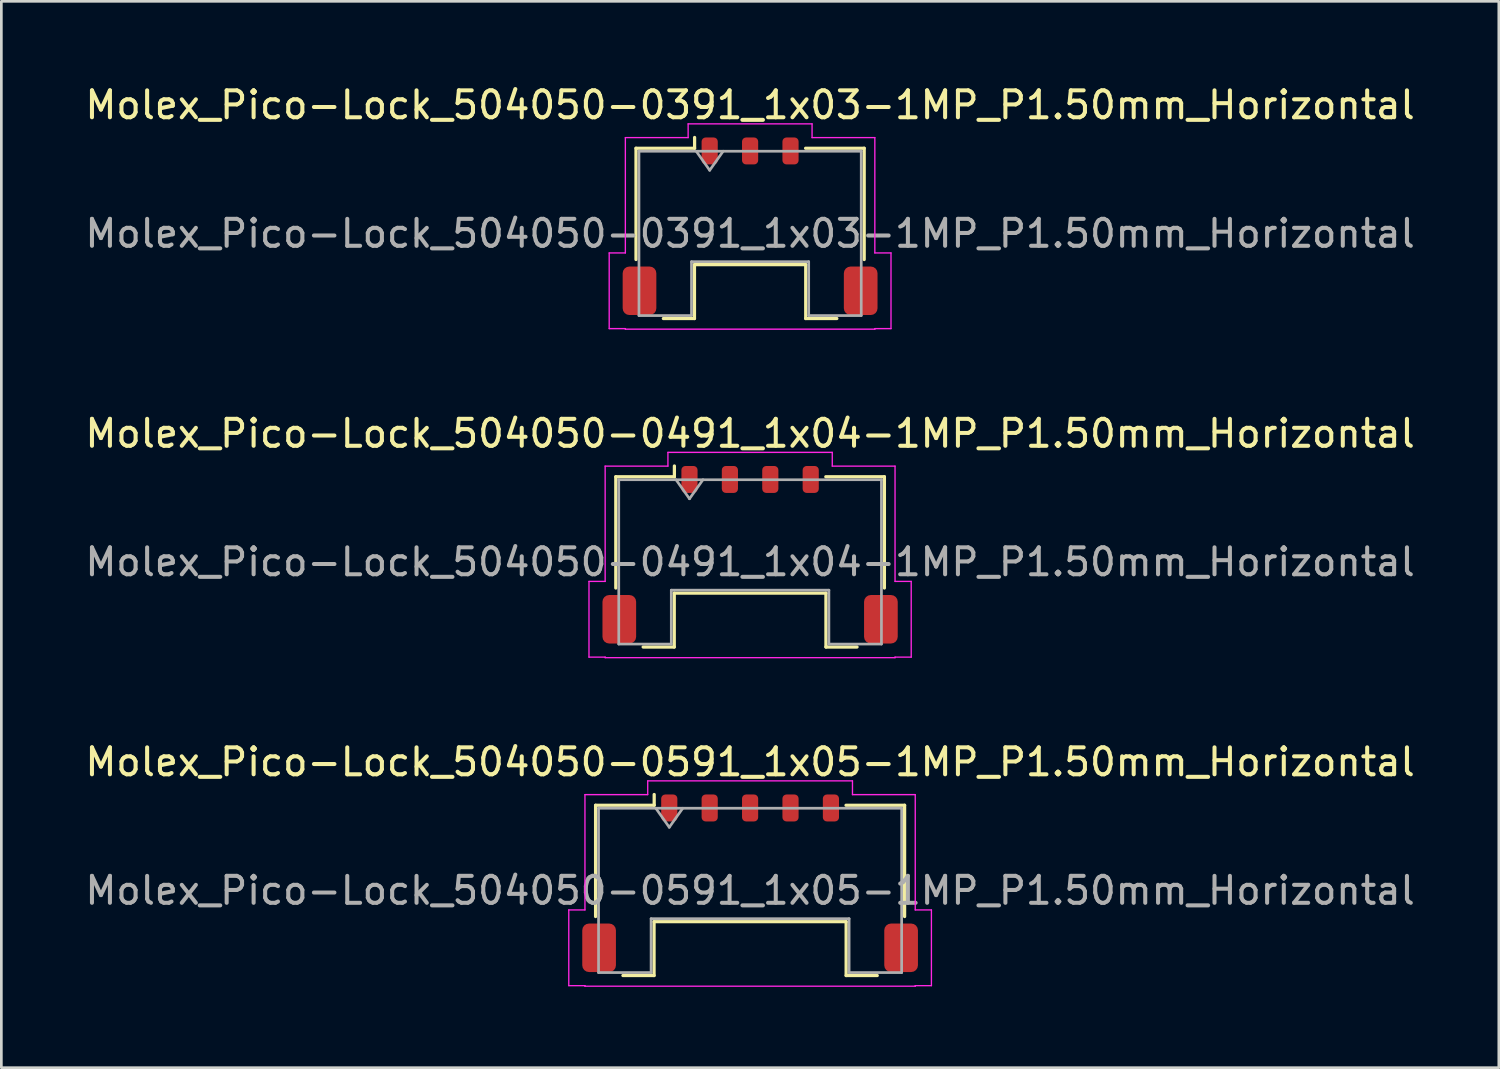
<source format=kicad_pcb>
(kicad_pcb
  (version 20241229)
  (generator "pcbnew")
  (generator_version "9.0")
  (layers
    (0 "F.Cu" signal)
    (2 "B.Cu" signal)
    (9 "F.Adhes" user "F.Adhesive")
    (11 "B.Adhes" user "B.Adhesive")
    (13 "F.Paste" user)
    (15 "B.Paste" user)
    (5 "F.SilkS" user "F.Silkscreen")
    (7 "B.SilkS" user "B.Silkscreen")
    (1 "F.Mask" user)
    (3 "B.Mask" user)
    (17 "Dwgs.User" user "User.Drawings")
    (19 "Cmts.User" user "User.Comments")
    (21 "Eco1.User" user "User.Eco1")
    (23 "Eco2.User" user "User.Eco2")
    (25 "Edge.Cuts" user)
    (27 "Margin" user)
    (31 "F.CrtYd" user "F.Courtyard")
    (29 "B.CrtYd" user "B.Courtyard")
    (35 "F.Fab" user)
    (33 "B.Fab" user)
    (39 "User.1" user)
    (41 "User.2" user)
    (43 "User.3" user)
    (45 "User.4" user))
  (footprint "Molex_Pico-Lock_504050-0391_1x03-1MP_P1.50mm_Horizontal"
    (layer "F.Cu")
    (at 24.792 5.348)
    (property "Reference" "Molex_Pico-Lock_504050-0391_1x03-1MP_P1.50mm_Horizontal" (at 0 -4.5 0) (layer "F.SilkS") (effects (font (size 1 1) (thickness 0.15))))
    (attr smd)
    (fp_line (start -4.235 -2.895) (end -2.06 -2.895) (stroke (width 0.12) (type solid)) (layer "F.SilkS"))
    (fp_line (start -4.235 1.235) (end -4.235 -2.895) (stroke (width 0.12) (type solid)) (layer "F.SilkS"))
    (fp_line (start -3.22 3.425) (end -2.065 3.425) (stroke (width 0.12) (type solid)) (layer "F.SilkS"))
    (fp_line (start -2.065 1.425) (end 2.065 1.425) (stroke (width 0.12) (type solid)) (layer "F.SilkS"))
    (fp_line (start -2.065 3.425) (end -2.065 1.425) (stroke (width 0.12) (type solid)) (layer "F.SilkS"))
    (fp_line (start -2.06 -2.895) (end -2.06 -3.295) (stroke (width 0.12) (type solid)) (layer "F.SilkS"))
    (fp_line (start 2.065 1.425) (end 2.065 3.425) (stroke (width 0.12) (type solid)) (layer "F.SilkS"))
    (fp_line (start 2.065 3.425) (end 3.22 3.425) (stroke (width 0.12) (type solid)) (layer "F.SilkS"))
    (fp_line (start 4.235 -2.895) (end 2.06 -2.895) (stroke (width 0.12) (type solid)) (layer "F.SilkS"))
    (fp_line (start 4.235 1.235) (end 4.235 -2.895) (stroke (width 0.12) (type solid)) (layer "F.SilkS"))
    (fp_line (start -5.23 0.99) (end -4.63 0.99) (stroke (width 0.05) (type solid)) (layer "F.CrtYd"))
    (fp_line (start -5.23 3.8) (end -5.23 0.99) (stroke (width 0.05) (type solid)) (layer "F.CrtYd"))
    (fp_line (start -4.63 -3.29) (end -2.3 -3.29) (stroke (width 0.05) (type solid)) (layer "F.CrtYd"))
    (fp_line (start -4.63 0.99) (end -4.63 -3.29) (stroke (width 0.05) (type solid)) (layer "F.CrtYd"))
    (fp_line (start -4.63 3.8) (end -5.23 3.8) (stroke (width 0.05) (type solid)) (layer "F.CrtYd"))
    (fp_line (start -4.63 3.82) (end -4.63 3.8) (stroke (width 0.05) (type solid)) (layer "F.CrtYd"))
    (fp_line (start -2.3 -3.8) (end 2.3 -3.8) (stroke (width 0.05) (type solid)) (layer "F.CrtYd"))
    (fp_line (start -2.3 -3.29) (end -2.3 -3.8) (stroke (width 0.05) (type solid)) (layer "F.CrtYd"))
    (fp_line (start 2.3 -3.8) (end 2.3 -3.29) (stroke (width 0.05) (type solid)) (layer "F.CrtYd"))
    (fp_line (start 2.3 -3.29) (end 4.63 -3.29) (stroke (width 0.05) (type solid)) (layer "F.CrtYd"))
    (fp_line (start 4.63 -3.29) (end 4.63 0.99) (stroke (width 0.05) (type solid)) (layer "F.CrtYd"))
    (fp_line (start 4.63 0.99) (end 5.23 0.99) (stroke (width 0.05) (type solid)) (layer "F.CrtYd"))
    (fp_line (start 4.63 3.8) (end 4.63 3.82) (stroke (width 0.05) (type solid)) (layer "F.CrtYd"))
    (fp_line (start 4.63 3.82) (end -4.63 3.82) (stroke (width 0.05) (type solid)) (layer "F.CrtYd"))
    (fp_line (start 5.23 0.99) (end 5.23 3.8) (stroke (width 0.05) (type solid)) (layer "F.CrtYd"))
    (fp_line (start 5.23 3.8) (end 4.63 3.8) (stroke (width 0.05) (type solid)) (layer "F.CrtYd"))
    (fp_line (start -4.125 -2.785) (end -4.125 3.315) (stroke (width 0.1) (type solid)) (layer "F.Fab"))
    (fp_line (start -4.125 -2.785) (end 4.125 -2.785) (stroke (width 0.1) (type solid)) (layer "F.Fab"))
    (fp_line (start -4.125 3.315) (end -2.175 3.315) (stroke (width 0.1) (type solid)) (layer "F.Fab"))
    (fp_line (start -2.175 1.315) (end 2.175 1.315) (stroke (width 0.1) (type solid)) (layer "F.Fab"))
    (fp_line (start -2.175 3.315) (end -2.175 1.315) (stroke (width 0.1) (type solid)) (layer "F.Fab"))
    (fp_line (start -2 -2.785) (end -1.5 -2.078) (stroke (width 0.1) (type solid)) (layer "F.Fab"))
    (fp_line (start -1.5 -2.078) (end -1 -2.785) (stroke (width 0.1) (type solid)) (layer "F.Fab"))
    (fp_line (start 2.175 1.315) (end 2.175 3.315) (stroke (width 0.1) (type solid)) (layer "F.Fab"))
    (fp_line (start 2.175 3.315) (end 4.125 3.315) (stroke (width 0.1) (type solid)) (layer "F.Fab"))
    (fp_line (start 4.125 -2.785) (end 4.125 3.315) (stroke (width 0.1) (type solid)) (layer "F.Fab"))
    (fp_text user "${REFERENCE}" (at 0 0.27 0) (layer "F.Fab") (effects (font (size 1 1) (thickness 0.15))))
    (pad "1" smd roundrect (at -1.5 -2.795) (size 0.6 1) (layers "F.Cu" "F.Mask" "F.Paste") (roundrect_rratio 0.25))
    (pad "2" smd roundrect (at 0 -2.795) (size 0.6 1) (layers "F.Cu" "F.Mask" "F.Paste") (roundrect_rratio 0.25))
    (pad "3" smd roundrect (at 1.5 -2.795) (size 0.6 1) (layers "F.Cu" "F.Mask" "F.Paste") (roundrect_rratio 0.25))
    (pad "MP" smd roundrect (at -4.105 2.395) (size 1.25 1.8) (layers "F.Cu" "F.Mask" "F.Paste") (roundrect_rratio 0.2))
    (pad "MP" smd roundrect (at 4.105 2.395) (size 1.25 1.8) (layers "F.Cu" "F.Mask" "F.Paste") (roundrect_rratio 0.2)))
  (footprint "Molex_Pico-Lock_504050-0491_1x04-1MP_P1.50mm_Horizontal"
    (layer "F.Cu")
    (at 24.792 17.541)
    (property "Reference" "Molex_Pico-Lock_504050-0491_1x04-1MP_P1.50mm_Horizontal" (at 0 -4.5 0) (layer "F.SilkS") (effects (font (size 1 1) (thickness 0.15))))
    (attr smd)
    (fp_line (start -4.985 -2.895) (end -2.81 -2.895) (stroke (width 0.12) (type solid)) (layer "F.SilkS"))
    (fp_line (start -4.985 1.235) (end -4.985 -2.895) (stroke (width 0.12) (type solid)) (layer "F.SilkS"))
    (fp_line (start -3.97 3.425) (end -2.815 3.425) (stroke (width 0.12) (type solid)) (layer "F.SilkS"))
    (fp_line (start -2.815 1.425) (end 2.815 1.425) (stroke (width 0.12) (type solid)) (layer "F.SilkS"))
    (fp_line (start -2.815 3.425) (end -2.815 1.425) (stroke (width 0.12) (type solid)) (layer "F.SilkS"))
    (fp_line (start -2.81 -2.895) (end -2.81 -3.295) (stroke (width 0.12) (type solid)) (layer "F.SilkS"))
    (fp_line (start 2.815 1.425) (end 2.815 3.425) (stroke (width 0.12) (type solid)) (layer "F.SilkS"))
    (fp_line (start 2.815 3.425) (end 3.97 3.425) (stroke (width 0.12) (type solid)) (layer "F.SilkS"))
    (fp_line (start 4.985 -2.895) (end 2.81 -2.895) (stroke (width 0.12) (type solid)) (layer "F.SilkS"))
    (fp_line (start 4.985 1.235) (end 4.985 -2.895) (stroke (width 0.12) (type solid)) (layer "F.SilkS"))
    (fp_line (start -5.98 0.99) (end -5.38 0.99) (stroke (width 0.05) (type solid)) (layer "F.CrtYd"))
    (fp_line (start -5.98 3.8) (end -5.98 0.99) (stroke (width 0.05) (type solid)) (layer "F.CrtYd"))
    (fp_line (start -5.38 -3.29) (end -3.05 -3.29) (stroke (width 0.05) (type solid)) (layer "F.CrtYd"))
    (fp_line (start -5.38 0.99) (end -5.38 -3.29) (stroke (width 0.05) (type solid)) (layer "F.CrtYd"))
    (fp_line (start -5.38 3.8) (end -5.98 3.8) (stroke (width 0.05) (type solid)) (layer "F.CrtYd"))
    (fp_line (start -5.38 3.82) (end -5.38 3.8) (stroke (width 0.05) (type solid)) (layer "F.CrtYd"))
    (fp_line (start -3.05 -3.8) (end 3.05 -3.8) (stroke (width 0.05) (type solid)) (layer "F.CrtYd"))
    (fp_line (start -3.05 -3.29) (end -3.05 -3.8) (stroke (width 0.05) (type solid)) (layer "F.CrtYd"))
    (fp_line (start 3.05 -3.8) (end 3.05 -3.29) (stroke (width 0.05) (type solid)) (layer "F.CrtYd"))
    (fp_line (start 3.05 -3.29) (end 5.38 -3.29) (stroke (width 0.05) (type solid)) (layer "F.CrtYd"))
    (fp_line (start 5.38 -3.29) (end 5.38 0.99) (stroke (width 0.05) (type solid)) (layer "F.CrtYd"))
    (fp_line (start 5.38 0.99) (end 5.98 0.99) (stroke (width 0.05) (type solid)) (layer "F.CrtYd"))
    (fp_line (start 5.38 3.8) (end 5.38 3.82) (stroke (width 0.05) (type solid)) (layer "F.CrtYd"))
    (fp_line (start 5.38 3.82) (end -5.38 3.82) (stroke (width 0.05) (type solid)) (layer "F.CrtYd"))
    (fp_line (start 5.98 0.99) (end 5.98 3.8) (stroke (width 0.05) (type solid)) (layer "F.CrtYd"))
    (fp_line (start 5.98 3.8) (end 5.38 3.8) (stroke (width 0.05) (type solid)) (layer "F.CrtYd"))
    (fp_line (start -4.875 -2.785) (end -4.875 3.315) (stroke (width 0.1) (type solid)) (layer "F.Fab"))
    (fp_line (start -4.875 -2.785) (end 4.875 -2.785) (stroke (width 0.1) (type solid)) (layer "F.Fab"))
    (fp_line (start -4.875 3.315) (end -2.925 3.315) (stroke (width 0.1) (type solid)) (layer "F.Fab"))
    (fp_line (start -2.925 1.315) (end 2.925 1.315) (stroke (width 0.1) (type solid)) (layer "F.Fab"))
    (fp_line (start -2.925 3.315) (end -2.925 1.315) (stroke (width 0.1) (type solid)) (layer "F.Fab"))
    (fp_line (start -2.75 -2.785) (end -2.25 -2.078) (stroke (width 0.1) (type solid)) (layer "F.Fab"))
    (fp_line (start -2.25 -2.078) (end -1.75 -2.785) (stroke (width 0.1) (type solid)) (layer "F.Fab"))
    (fp_line (start 2.925 1.315) (end 2.925 3.315) (stroke (width 0.1) (type solid)) (layer "F.Fab"))
    (fp_line (start 2.925 3.315) (end 4.875 3.315) (stroke (width 0.1) (type solid)) (layer "F.Fab"))
    (fp_line (start 4.875 -2.785) (end 4.875 3.315) (stroke (width 0.1) (type solid)) (layer "F.Fab"))
    (fp_text user "${REFERENCE}" (at 0 0.27 0) (layer "F.Fab") (effects (font (size 1 1) (thickness 0.15))))
    (pad "1" smd roundrect (at -2.25 -2.795) (size 0.6 1) (layers "F.Cu" "F.Mask" "F.Paste") (roundrect_rratio 0.25))
    (pad "2" smd roundrect (at -0.75 -2.795) (size 0.6 1) (layers "F.Cu" "F.Mask" "F.Paste") (roundrect_rratio 0.25))
    (pad "3" smd roundrect (at 0.75 -2.795) (size 0.6 1) (layers "F.Cu" "F.Mask" "F.Paste") (roundrect_rratio 0.25))
    (pad "4" smd roundrect (at 2.25 -2.795) (size 0.6 1) (layers "F.Cu" "F.Mask" "F.Paste") (roundrect_rratio 0.25))
    (pad "MP" smd roundrect (at -4.855 2.395) (size 1.25 1.8) (layers "F.Cu" "F.Mask" "F.Paste") (roundrect_rratio 0.2))
    (pad "MP" smd roundrect (at 4.855 2.395) (size 1.25 1.8) (layers "F.Cu" "F.Mask" "F.Paste") (roundrect_rratio 0.2)))
  (footprint "Molex_Pico-Lock_504050-0591_1x05-1MP_P1.50mm_Horizontal"
    (layer "F.Cu")
    (at 24.792 29.735)
    (property "Reference" "Molex_Pico-Lock_504050-0591_1x05-1MP_P1.50mm_Horizontal" (at 0 -4.5 0) (layer "F.SilkS") (effects (font (size 1 1) (thickness 0.15))))
    (attr smd)
    (fp_line (start -5.735 -2.895) (end -3.56 -2.895) (stroke (width 0.12) (type solid)) (layer "F.SilkS"))
    (fp_line (start -5.735 1.235) (end -5.735 -2.895) (stroke (width 0.12) (type solid)) (layer "F.SilkS"))
    (fp_line (start -4.72 3.425) (end -3.565 3.425) (stroke (width 0.12) (type solid)) (layer "F.SilkS"))
    (fp_line (start -3.565 1.425) (end 3.565 1.425) (stroke (width 0.12) (type solid)) (layer "F.SilkS"))
    (fp_line (start -3.565 3.425) (end -3.565 1.425) (stroke (width 0.12) (type solid)) (layer "F.SilkS"))
    (fp_line (start -3.56 -2.895) (end -3.56 -3.295) (stroke (width 0.12) (type solid)) (layer "F.SilkS"))
    (fp_line (start 3.565 1.425) (end 3.565 3.425) (stroke (width 0.12) (type solid)) (layer "F.SilkS"))
    (fp_line (start 3.565 3.425) (end 4.72 3.425) (stroke (width 0.12) (type solid)) (layer "F.SilkS"))
    (fp_line (start 5.735 -2.895) (end 3.56 -2.895) (stroke (width 0.12) (type solid)) (layer "F.SilkS"))
    (fp_line (start 5.735 1.235) (end 5.735 -2.895) (stroke (width 0.12) (type solid)) (layer "F.SilkS"))
    (fp_line (start -6.73 0.99) (end -6.13 0.99) (stroke (width 0.05) (type solid)) (layer "F.CrtYd"))
    (fp_line (start -6.73 3.8) (end -6.73 0.99) (stroke (width 0.05) (type solid)) (layer "F.CrtYd"))
    (fp_line (start -6.13 -3.29) (end -3.8 -3.29) (stroke (width 0.05) (type solid)) (layer "F.CrtYd"))
    (fp_line (start -6.13 0.99) (end -6.13 -3.29) (stroke (width 0.05) (type solid)) (layer "F.CrtYd"))
    (fp_line (start -6.13 3.8) (end -6.73 3.8) (stroke (width 0.05) (type solid)) (layer "F.CrtYd"))
    (fp_line (start -6.13 3.82) (end -6.13 3.8) (stroke (width 0.05) (type solid)) (layer "F.CrtYd"))
    (fp_line (start -3.8 -3.8) (end 3.8 -3.8) (stroke (width 0.05) (type solid)) (layer "F.CrtYd"))
    (fp_line (start -3.8 -3.29) (end -3.8 -3.8) (stroke (width 0.05) (type solid)) (layer "F.CrtYd"))
    (fp_line (start 3.8 -3.8) (end 3.8 -3.29) (stroke (width 0.05) (type solid)) (layer "F.CrtYd"))
    (fp_line (start 3.8 -3.29) (end 6.13 -3.29) (stroke (width 0.05) (type solid)) (layer "F.CrtYd"))
    (fp_line (start 6.13 -3.29) (end 6.13 0.99) (stroke (width 0.05) (type solid)) (layer "F.CrtYd"))
    (fp_line (start 6.13 0.99) (end 6.73 0.99) (stroke (width 0.05) (type solid)) (layer "F.CrtYd"))
    (fp_line (start 6.13 3.8) (end 6.13 3.82) (stroke (width 0.05) (type solid)) (layer "F.CrtYd"))
    (fp_line (start 6.13 3.82) (end -6.13 3.82) (stroke (width 0.05) (type solid)) (layer "F.CrtYd"))
    (fp_line (start 6.73 0.99) (end 6.73 3.8) (stroke (width 0.05) (type solid)) (layer "F.CrtYd"))
    (fp_line (start 6.73 3.8) (end 6.13 3.8) (stroke (width 0.05) (type solid)) (layer "F.CrtYd"))
    (fp_line (start -5.625 -2.785) (end -5.625 3.315) (stroke (width 0.1) (type solid)) (layer "F.Fab"))
    (fp_line (start -5.625 -2.785) (end 5.625 -2.785) (stroke (width 0.1) (type solid)) (layer "F.Fab"))
    (fp_line (start -5.625 3.315) (end -3.675 3.315) (stroke (width 0.1) (type solid)) (layer "F.Fab"))
    (fp_line (start -3.675 1.315) (end 3.675 1.315) (stroke (width 0.1) (type solid)) (layer "F.Fab"))
    (fp_line (start -3.675 3.315) (end -3.675 1.315) (stroke (width 0.1) (type solid)) (layer "F.Fab"))
    (fp_line (start -3.5 -2.785) (end -3 -2.078) (stroke (width 0.1) (type solid)) (layer "F.Fab"))
    (fp_line (start -3 -2.078) (end -2.5 -2.785) (stroke (width 0.1) (type solid)) (layer "F.Fab"))
    (fp_line (start 3.675 1.315) (end 3.675 3.315) (stroke (width 0.1) (type solid)) (layer "F.Fab"))
    (fp_line (start 3.675 3.315) (end 5.625 3.315) (stroke (width 0.1) (type solid)) (layer "F.Fab"))
    (fp_line (start 5.625 -2.785) (end 5.625 3.315) (stroke (width 0.1) (type solid)) (layer "F.Fab"))
    (fp_text user "${REFERENCE}" (at 0 0.27 0) (layer "F.Fab") (effects (font (size 1 1) (thickness 0.15))))
    (pad "1" smd roundrect (at -3 -2.795) (size 0.6 1) (layers "F.Cu" "F.Mask" "F.Paste") (roundrect_rratio 0.25))
    (pad "2" smd roundrect (at -1.5 -2.795) (size 0.6 1) (layers "F.Cu" "F.Mask" "F.Paste") (roundrect_rratio 0.25))
    (pad "3" smd roundrect (at 0 -2.795) (size 0.6 1) (layers "F.Cu" "F.Mask" "F.Paste") (roundrect_rratio 0.25))
    (pad "4" smd roundrect (at 1.5 -2.795) (size 0.6 1) (layers "F.Cu" "F.Mask" "F.Paste") (roundrect_rratio 0.25))
    (pad "5" smd roundrect (at 3 -2.795) (size 0.6 1) (layers "F.Cu" "F.Mask" "F.Paste") (roundrect_rratio 0.25))
    (pad "MP" smd roundrect (at -5.605 2.395) (size 1.25 1.8) (layers "F.Cu" "F.Mask" "F.Paste") (roundrect_rratio 0.2))
    (pad "MP" smd roundrect (at 5.605 2.395) (size 1.25 1.8) (layers "F.Cu" "F.Mask" "F.Paste") (roundrect_rratio 0.2)))
  (gr_rect
    (start -3 -3)
    (end 52.583 36.58)
    (stroke (width 0.1) (type default))
    (fill no)
    (layer "Edge.Cuts")))
</source>
